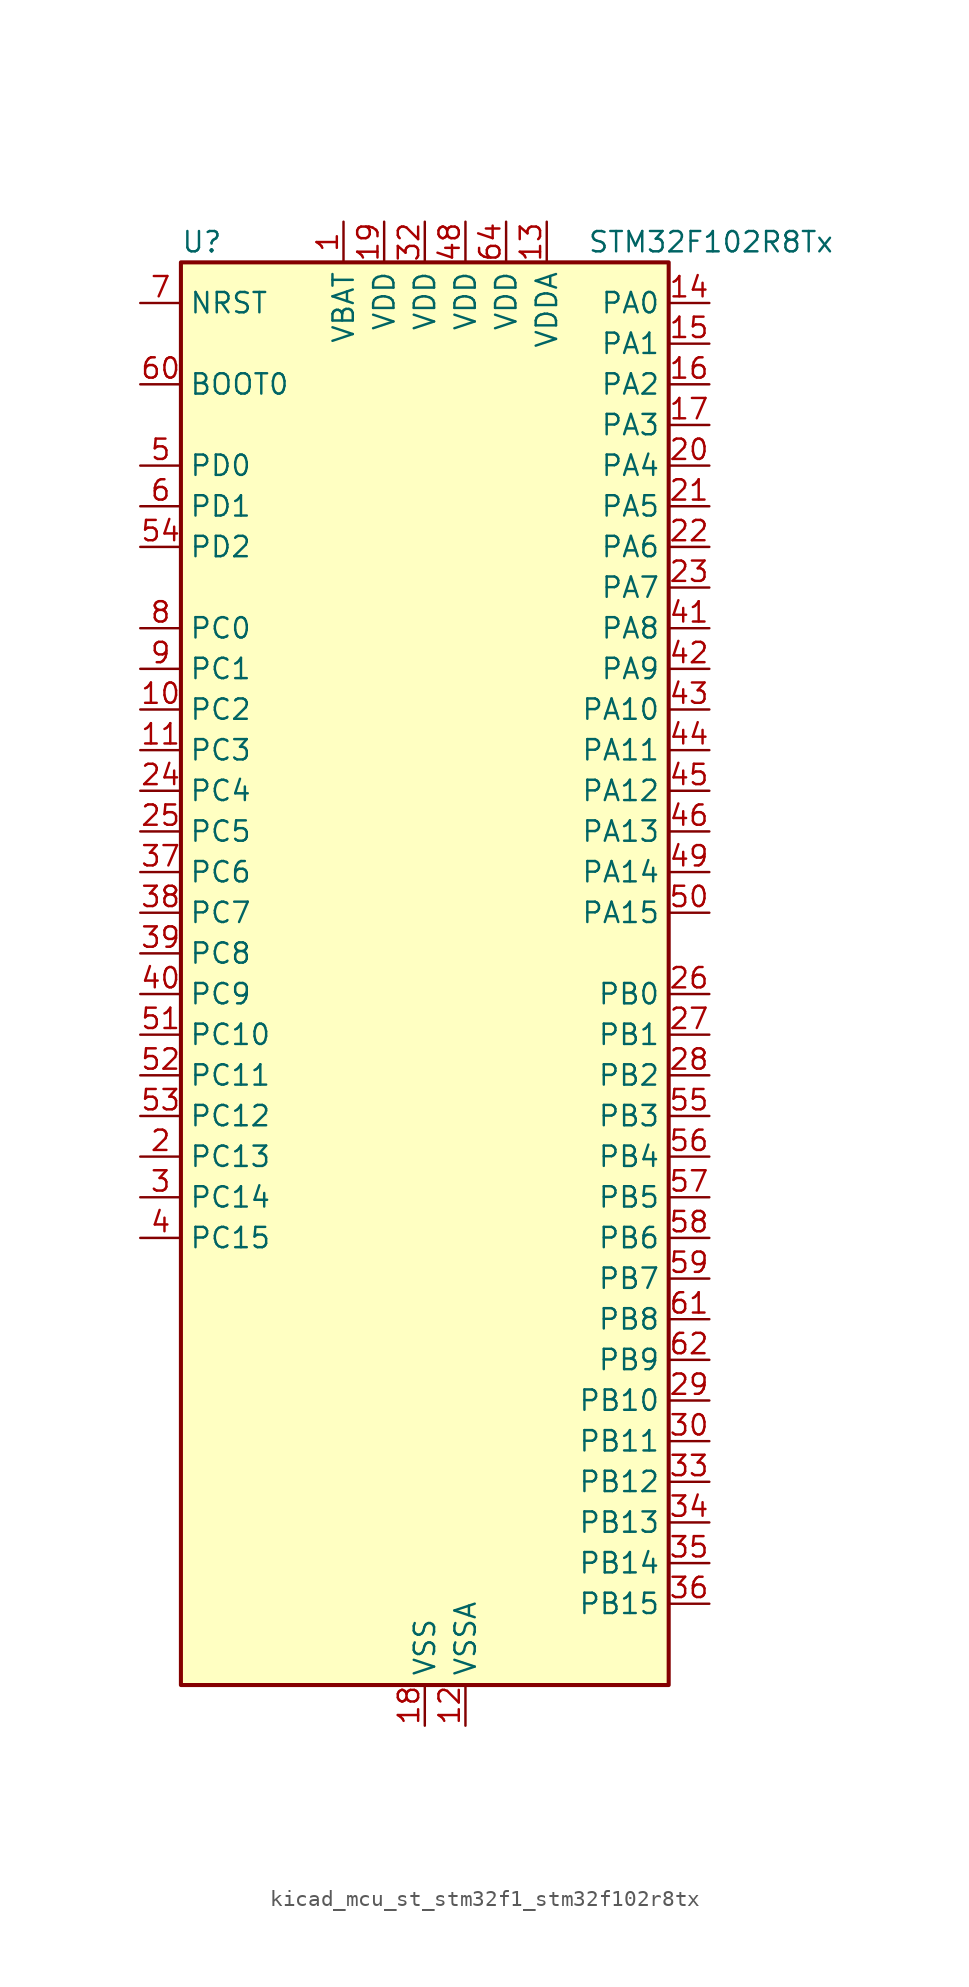
<source format=kicad_sym>
(kicad_symbol_lib
  (version 20220914)
  (generator kicad_symbol_editor)
  (symbol "kicad_mcu_st_stm32f1_stm32f102r8tx"
    (property "Reference" "U"
      (at -15.24 46.99 0)
      (effects (font (size 1.27 1.27)) (justify left)))
    (property "Value" "STM32F102R8Tx"
      (at 10.16 46.99 0)
      (effects (font (size 1.27 1.27)) (justify left)))
    (property "ki_locked" ""
      (at 0 0 0)
      (effects (font (size 1.27 1.27))))
    (symbol "kicad_mcu_st_stm32f1_stm32f102r8tx_0_1"
      (rectangle (start -15.24 -43.18) (end 15.24 45.72) (stroke (width 0.254) (type default)) (fill (type background))))
    (symbol "kicad_mcu_st_stm32f1_stm32f102r8tx_1_1"
      (pin power_in line (at -5.08 48.26 270) (length 2.54) (name "VBAT" (effects (font (size 1.27 1.27)))) (number "1" (effects (font (size 1.27 1.27)))))
      (pin bidirectional line (at -17.78 17.78 0) (length 2.54) (name "PC2" (effects (font (size 1.27 1.27)))) (number "10" (effects (font (size 1.27 1.27)))) (alternate "ADC1_IN12" bidirectional line))
      (pin bidirectional line (at -17.78 15.24 0) (length 2.54) (name "PC3" (effects (font (size 1.27 1.27)))) (number "11" (effects (font (size 1.27 1.27)))) (alternate "ADC1_IN13" bidirectional line))
      (pin power_in line (at 2.54 -45.72 90) (length 2.54) (name "VSSA" (effects (font (size 1.27 1.27)))) (number "12" (effects (font (size 1.27 1.27)))))
      (pin power_in line (at 7.62 48.26 270) (length 2.54) (name "VDDA" (effects (font (size 1.27 1.27)))) (number "13" (effects (font (size 1.27 1.27)))))
      (pin bidirectional line (at 17.78 43.18 180) (length 2.54) (name "PA0" (effects (font (size 1.27 1.27)))) (number "14" (effects (font (size 1.27 1.27)))) (alternate "ADC1_IN0" bidirectional line) (alternate "SYS_WKUP" bidirectional line) (alternate "TIM2_CH1" bidirectional line) (alternate "TIM2_ETR" bidirectional line) (alternate "USART2_CTS" bidirectional line))
      (pin bidirectional line (at 17.78 40.64 180) (length 2.54) (name "PA1" (effects (font (size 1.27 1.27)))) (number "15" (effects (font (size 1.27 1.27)))) (alternate "ADC1_IN1" bidirectional line) (alternate "TIM2_CH2" bidirectional line) (alternate "USART2_RTS" bidirectional line))
      (pin bidirectional line (at 17.78 38.1 180) (length 2.54) (name "PA2" (effects (font (size 1.27 1.27)))) (number "16" (effects (font (size 1.27 1.27)))) (alternate "ADC1_IN2" bidirectional line) (alternate "TIM2_CH3" bidirectional line) (alternate "USART2_TX" bidirectional line))
      (pin bidirectional line (at 17.78 35.56 180) (length 2.54) (name "PA3" (effects (font (size 1.27 1.27)))) (number "17" (effects (font (size 1.27 1.27)))) (alternate "ADC1_IN3" bidirectional line) (alternate "TIM2_CH4" bidirectional line) (alternate "USART2_RX" bidirectional line))
      (pin power_in line (at 0 -45.72 90) (length 2.54) (name "VSS" (effects (font (size 1.27 1.27)))) (number "18" (effects (font (size 1.27 1.27)))))
      (pin power_in line (at -2.54 48.26 270) (length 2.54) (name "VDD" (effects (font (size 1.27 1.27)))) (number "19" (effects (font (size 1.27 1.27)))))
      (pin bidirectional line (at -17.78 -10.16 0) (length 2.54) (name "PC13" (effects (font (size 1.27 1.27)))) (number "2" (effects (font (size 1.27 1.27)))) (alternate "RTC_OUT" bidirectional line) (alternate "RTC_TAMPER" bidirectional line))
      (pin bidirectional line (at 17.78 33.02 180) (length 2.54) (name "PA4" (effects (font (size 1.27 1.27)))) (number "20" (effects (font (size 1.27 1.27)))) (alternate "ADC1_IN4" bidirectional line) (alternate "SPI1_NSS" bidirectional line) (alternate "USART2_CK" bidirectional line))
      (pin bidirectional line (at 17.78 30.48 180) (length 2.54) (name "PA5" (effects (font (size 1.27 1.27)))) (number "21" (effects (font (size 1.27 1.27)))) (alternate "ADC1_IN5" bidirectional line) (alternate "SPI1_SCK" bidirectional line))
      (pin bidirectional line (at 17.78 27.94 180) (length 2.54) (name "PA6" (effects (font (size 1.27 1.27)))) (number "22" (effects (font (size 1.27 1.27)))) (alternate "ADC1_IN6" bidirectional line) (alternate "SPI1_MISO" bidirectional line) (alternate "TIM3_CH1" bidirectional line))
      (pin bidirectional line (at 17.78 25.4 180) (length 2.54) (name "PA7" (effects (font (size 1.27 1.27)))) (number "23" (effects (font (size 1.27 1.27)))) (alternate "ADC1_IN7" bidirectional line) (alternate "SPI1_MOSI" bidirectional line) (alternate "TIM3_CH2" bidirectional line))
      (pin bidirectional line (at -17.78 12.7 0) (length 2.54) (name "PC4" (effects (font (size 1.27 1.27)))) (number "24" (effects (font (size 1.27 1.27)))) (alternate "ADC1_IN14" bidirectional line))
      (pin bidirectional line (at -17.78 10.16 0) (length 2.54) (name "PC5" (effects (font (size 1.27 1.27)))) (number "25" (effects (font (size 1.27 1.27)))) (alternate "ADC1_IN15" bidirectional line))
      (pin bidirectional line (at 17.78 0 180) (length 2.54) (name "PB0" (effects (font (size 1.27 1.27)))) (number "26" (effects (font (size 1.27 1.27)))) (alternate "ADC1_IN8" bidirectional line) (alternate "TIM3_CH3" bidirectional line))
      (pin bidirectional line (at 17.78 -2.54 180) (length 2.54) (name "PB1" (effects (font (size 1.27 1.27)))) (number "27" (effects (font (size 1.27 1.27)))) (alternate "ADC1_IN9" bidirectional line) (alternate "TIM3_CH4" bidirectional line))
      (pin bidirectional line (at 17.78 -5.08 180) (length 2.54) (name "PB2" (effects (font (size 1.27 1.27)))) (number "28" (effects (font (size 1.27 1.27)))))
      (pin bidirectional line (at 17.78 -25.4 180) (length 2.54) (name "PB10" (effects (font (size 1.27 1.27)))) (number "29" (effects (font (size 1.27 1.27)))) (alternate "I2C2_SCL" bidirectional line) (alternate "TIM2_CH3" bidirectional line) (alternate "USART3_TX" bidirectional line))
      (pin bidirectional line (at -17.78 -12.7 0) (length 2.54) (name "PC14" (effects (font (size 1.27 1.27)))) (number "3" (effects (font (size 1.27 1.27)))) (alternate "RCC_OSC32_IN" bidirectional line))
      (pin bidirectional line (at 17.78 -27.94 180) (length 2.54) (name "PB11" (effects (font (size 1.27 1.27)))) (number "30" (effects (font (size 1.27 1.27)))) (alternate "ADC1_EXTI11" bidirectional line) (alternate "I2C2_SDA" bidirectional line) (alternate "TIM2_CH4" bidirectional line) (alternate "USART3_RX" bidirectional line))
      (pin passive line (at 0 -45.72 90) (length 2.54) hide (name "VSS" (effects (font (size 1.27 1.27)))) (number "31" (effects (font (size 1.27 1.27)))))
      (pin power_in line (at 0 48.26 270) (length 2.54) (name "VDD" (effects (font (size 1.27 1.27)))) (number "32" (effects (font (size 1.27 1.27)))))
      (pin bidirectional line (at 17.78 -30.48 180) (length 2.54) (name "PB12" (effects (font (size 1.27 1.27)))) (number "33" (effects (font (size 1.27 1.27)))) (alternate "I2C2_SMBA" bidirectional line) (alternate "SPI2_NSS" bidirectional line) (alternate "USART3_CK" bidirectional line))
      (pin bidirectional line (at 17.78 -33.02 180) (length 2.54) (name "PB13" (effects (font (size 1.27 1.27)))) (number "34" (effects (font (size 1.27 1.27)))) (alternate "SPI2_SCK" bidirectional line) (alternate "USART3_CTS" bidirectional line))
      (pin bidirectional line (at 17.78 -35.56 180) (length 2.54) (name "PB14" (effects (font (size 1.27 1.27)))) (number "35" (effects (font (size 1.27 1.27)))) (alternate "SPI2_MISO" bidirectional line) (alternate "USART3_RTS" bidirectional line))
      (pin bidirectional line (at 17.78 -38.1 180) (length 2.54) (name "PB15" (effects (font (size 1.27 1.27)))) (number "36" (effects (font (size 1.27 1.27)))) (alternate "ADC1_EXTI15" bidirectional line) (alternate "SPI2_MOSI" bidirectional line))
      (pin bidirectional line (at -17.78 7.62 0) (length 2.54) (name "PC6" (effects (font (size 1.27 1.27)))) (number "37" (effects (font (size 1.27 1.27)))) (alternate "TIM3_CH1" bidirectional line))
      (pin bidirectional line (at -17.78 5.08 0) (length 2.54) (name "PC7" (effects (font (size 1.27 1.27)))) (number "38" (effects (font (size 1.27 1.27)))) (alternate "TIM3_CH2" bidirectional line))
      (pin bidirectional line (at -17.78 2.54 0) (length 2.54) (name "PC8" (effects (font (size 1.27 1.27)))) (number "39" (effects (font (size 1.27 1.27)))) (alternate "TIM3_CH3" bidirectional line))
      (pin bidirectional line (at -17.78 -15.24 0) (length 2.54) (name "PC15" (effects (font (size 1.27 1.27)))) (number "4" (effects (font (size 1.27 1.27)))) (alternate "ADC1_EXTI15" bidirectional line) (alternate "RCC_OSC32_OUT" bidirectional line))
      (pin bidirectional line (at -17.78 0 0) (length 2.54) (name "PC9" (effects (font (size 1.27 1.27)))) (number "40" (effects (font (size 1.27 1.27)))) (alternate "TIM3_CH4" bidirectional line))
      (pin bidirectional line (at 17.78 22.86 180) (length 2.54) (name "PA8" (effects (font (size 1.27 1.27)))) (number "41" (effects (font (size 1.27 1.27)))) (alternate "RCC_MCO" bidirectional line) (alternate "USART1_CK" bidirectional line))
      (pin bidirectional line (at 17.78 20.32 180) (length 2.54) (name "PA9" (effects (font (size 1.27 1.27)))) (number "42" (effects (font (size 1.27 1.27)))) (alternate "USART1_TX" bidirectional line))
      (pin bidirectional line (at 17.78 17.78 180) (length 2.54) (name "PA10" (effects (font (size 1.27 1.27)))) (number "43" (effects (font (size 1.27 1.27)))) (alternate "USART1_RX" bidirectional line))
      (pin bidirectional line (at 17.78 15.24 180) (length 2.54) (name "PA11" (effects (font (size 1.27 1.27)))) (number "44" (effects (font (size 1.27 1.27)))) (alternate "ADC1_EXTI11" bidirectional line) (alternate "USART1_CTS" bidirectional line) (alternate "USB_DM" bidirectional line))
      (pin bidirectional line (at 17.78 12.7 180) (length 2.54) (name "PA12" (effects (font (size 1.27 1.27)))) (number "45" (effects (font (size 1.27 1.27)))) (alternate "USART1_RTS" bidirectional line) (alternate "USB_DP" bidirectional line))
      (pin bidirectional line (at 17.78 10.16 180) (length 2.54) (name "PA13" (effects (font (size 1.27 1.27)))) (number "46" (effects (font (size 1.27 1.27)))) (alternate "SYS_JTMS-SWDIO" bidirectional line))
      (pin passive line (at 0 -45.72 90) (length 2.54) hide (name "VSS" (effects (font (size 1.27 1.27)))) (number "47" (effects (font (size 1.27 1.27)))))
      (pin power_in line (at 2.54 48.26 270) (length 2.54) (name "VDD" (effects (font (size 1.27 1.27)))) (number "48" (effects (font (size 1.27 1.27)))))
      (pin bidirectional line (at 17.78 7.62 180) (length 2.54) (name "PA14" (effects (font (size 1.27 1.27)))) (number "49" (effects (font (size 1.27 1.27)))) (alternate "SYS_JTCK-SWCLK" bidirectional line))
      (pin bidirectional line (at -17.78 33.02 0) (length 2.54) (name "PD0" (effects (font (size 1.27 1.27)))) (number "5" (effects (font (size 1.27 1.27)))) (alternate "RCC_OSC_IN" bidirectional line))
      (pin bidirectional line (at 17.78 5.08 180) (length 2.54) (name "PA15" (effects (font (size 1.27 1.27)))) (number "50" (effects (font (size 1.27 1.27)))) (alternate "ADC1_EXTI15" bidirectional line) (alternate "SPI1_NSS" bidirectional line) (alternate "SYS_JTDI" bidirectional line) (alternate "TIM2_CH1" bidirectional line) (alternate "TIM2_ETR" bidirectional line))
      (pin bidirectional line (at -17.78 -2.54 0) (length 2.54) (name "PC10" (effects (font (size 1.27 1.27)))) (number "51" (effects (font (size 1.27 1.27)))) (alternate "USART3_TX" bidirectional line))
      (pin bidirectional line (at -17.78 -5.08 0) (length 2.54) (name "PC11" (effects (font (size 1.27 1.27)))) (number "52" (effects (font (size 1.27 1.27)))) (alternate "ADC1_EXTI11" bidirectional line) (alternate "USART3_RX" bidirectional line))
      (pin bidirectional line (at -17.78 -7.62 0) (length 2.54) (name "PC12" (effects (font (size 1.27 1.27)))) (number "53" (effects (font (size 1.27 1.27)))) (alternate "USART3_CK" bidirectional line))
      (pin bidirectional line (at -17.78 27.94 0) (length 2.54) (name "PD2" (effects (font (size 1.27 1.27)))) (number "54" (effects (font (size 1.27 1.27)))) (alternate "TIM3_ETR" bidirectional line))
      (pin bidirectional line (at 17.78 -7.62 180) (length 2.54) (name "PB3" (effects (font (size 1.27 1.27)))) (number "55" (effects (font (size 1.27 1.27)))) (alternate "SPI1_SCK" bidirectional line) (alternate "SYS_JTDO-TRACESWO" bidirectional line) (alternate "TIM2_CH2" bidirectional line))
      (pin bidirectional line (at 17.78 -10.16 180) (length 2.54) (name "PB4" (effects (font (size 1.27 1.27)))) (number "56" (effects (font (size 1.27 1.27)))) (alternate "SPI1_MISO" bidirectional line) (alternate "SYS_NJTRST" bidirectional line) (alternate "TIM3_CH1" bidirectional line))
      (pin bidirectional line (at 17.78 -12.7 180) (length 2.54) (name "PB5" (effects (font (size 1.27 1.27)))) (number "57" (effects (font (size 1.27 1.27)))) (alternate "I2C1_SMBA" bidirectional line) (alternate "SPI1_MOSI" bidirectional line) (alternate "TIM3_CH2" bidirectional line))
      (pin bidirectional line (at 17.78 -15.24 180) (length 2.54) (name "PB6" (effects (font (size 1.27 1.27)))) (number "58" (effects (font (size 1.27 1.27)))) (alternate "I2C1_SCL" bidirectional line) (alternate "TIM4_CH1" bidirectional line) (alternate "USART1_TX" bidirectional line))
      (pin bidirectional line (at 17.78 -17.78 180) (length 2.54) (name "PB7" (effects (font (size 1.27 1.27)))) (number "59" (effects (font (size 1.27 1.27)))) (alternate "I2C1_SDA" bidirectional line) (alternate "TIM4_CH2" bidirectional line) (alternate "USART1_RX" bidirectional line))
      (pin bidirectional line (at -17.78 30.48 0) (length 2.54) (name "PD1" (effects (font (size 1.27 1.27)))) (number "6" (effects (font (size 1.27 1.27)))) (alternate "RCC_OSC_OUT" bidirectional line))
      (pin input line (at -17.78 38.1 0) (length 2.54) (name "BOOT0" (effects (font (size 1.27 1.27)))) (number "60" (effects (font (size 1.27 1.27)))))
      (pin bidirectional line (at 17.78 -20.32 180) (length 2.54) (name "PB8" (effects (font (size 1.27 1.27)))) (number "61" (effects (font (size 1.27 1.27)))) (alternate "I2C1_SCL" bidirectional line) (alternate "TIM4_CH3" bidirectional line))
      (pin bidirectional line (at 17.78 -22.86 180) (length 2.54) (name "PB9" (effects (font (size 1.27 1.27)))) (number "62" (effects (font (size 1.27 1.27)))) (alternate "I2C1_SDA" bidirectional line) (alternate "TIM4_CH4" bidirectional line))
      (pin passive line (at 0 -45.72 90) (length 2.54) hide (name "VSS" (effects (font (size 1.27 1.27)))) (number "63" (effects (font (size 1.27 1.27)))))
      (pin power_in line (at 5.08 48.26 270) (length 2.54) (name "VDD" (effects (font (size 1.27 1.27)))) (number "64" (effects (font (size 1.27 1.27)))))
      (pin input line (at -17.78 43.18 0) (length 2.54) (name "NRST" (effects (font (size 1.27 1.27)))) (number "7" (effects (font (size 1.27 1.27)))))
      (pin bidirectional line (at -17.78 22.86 0) (length 2.54) (name "PC0" (effects (font (size 1.27 1.27)))) (number "8" (effects (font (size 1.27 1.27)))) (alternate "ADC1_IN10" bidirectional line))
      (pin bidirectional line (at -17.78 20.32 0) (length 2.54) (name "PC1" (effects (font (size 1.27 1.27)))) (number "9" (effects (font (size 1.27 1.27)))) (alternate "ADC1_IN11" bidirectional line)))))
</source>
